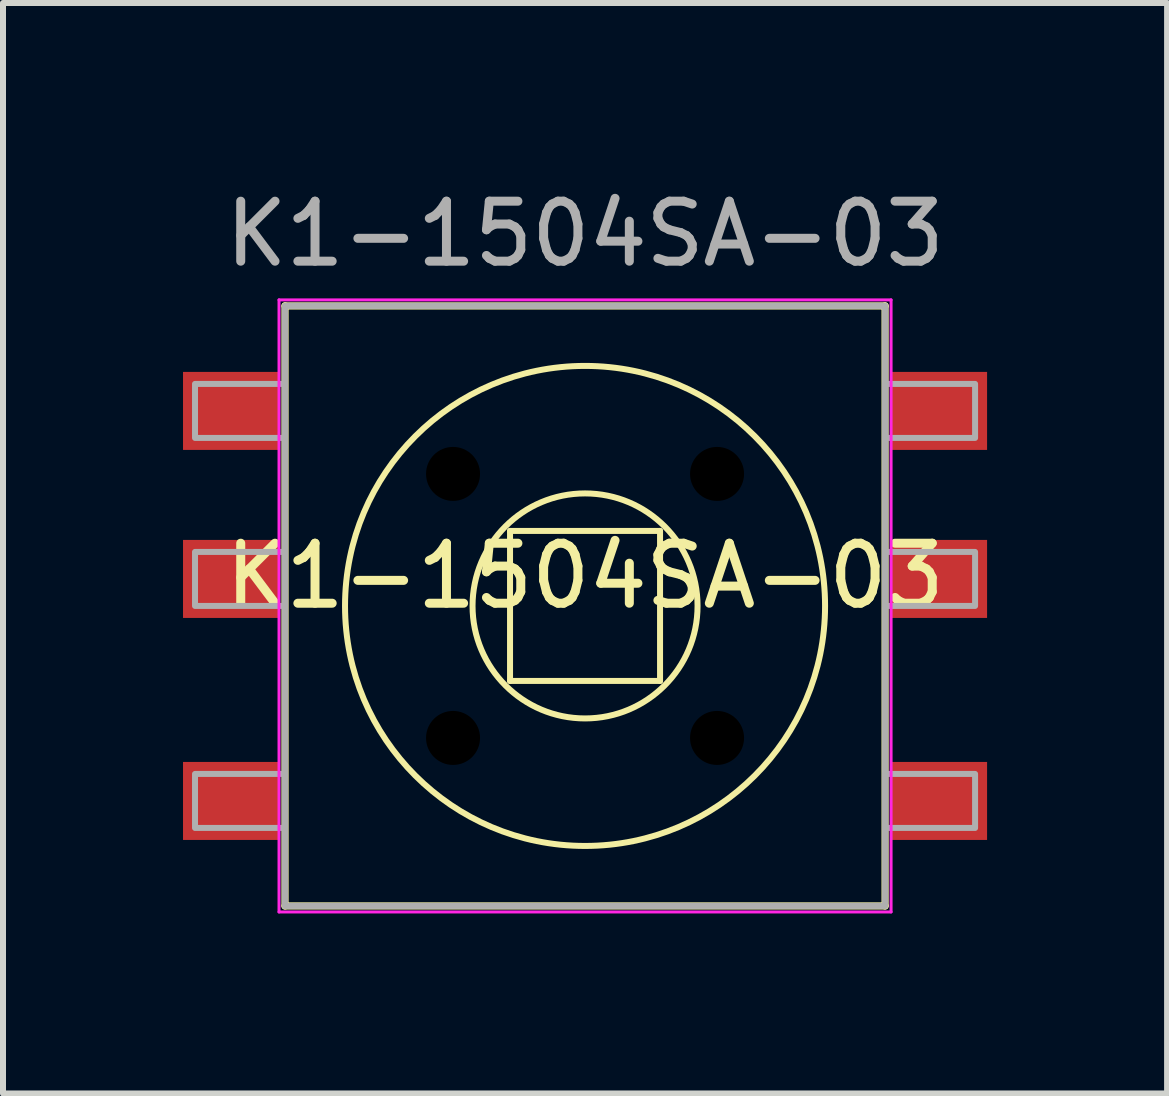
<source format=kicad_pcb>
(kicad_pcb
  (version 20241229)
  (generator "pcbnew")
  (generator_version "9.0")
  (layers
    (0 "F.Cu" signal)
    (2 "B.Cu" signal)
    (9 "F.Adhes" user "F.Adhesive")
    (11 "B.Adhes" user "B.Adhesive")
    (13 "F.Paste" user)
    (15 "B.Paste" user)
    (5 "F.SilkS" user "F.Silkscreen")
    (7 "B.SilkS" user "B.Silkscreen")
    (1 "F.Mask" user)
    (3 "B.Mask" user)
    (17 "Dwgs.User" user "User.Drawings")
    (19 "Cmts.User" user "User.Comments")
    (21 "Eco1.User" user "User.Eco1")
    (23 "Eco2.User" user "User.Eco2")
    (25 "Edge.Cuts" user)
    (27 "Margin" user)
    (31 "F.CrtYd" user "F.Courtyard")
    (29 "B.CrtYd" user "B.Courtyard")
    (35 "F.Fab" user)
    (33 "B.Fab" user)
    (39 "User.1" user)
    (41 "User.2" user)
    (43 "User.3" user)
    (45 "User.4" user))
  (footprint "K1-1504SA-03"
    (layer "F.Cu")
    (at 6.7 7.048)
    (property "Reference" "K1-1504SA-03" (at 0 -0.5 0) (unlocked yes) (layer "F.SilkS") (effects (font (size 1 1) (thickness 0.15))))
    (attr smd)
    (fp_line (start -5 -5) (end 5 -5) (stroke (width 0.12) (type default)) (layer "F.SilkS"))
    (fp_line (start -5 5) (end -5 -5) (stroke (width 0.12) (type default)) (layer "F.SilkS"))
    (fp_line (start -1.25 -1.25) (end 1.25 -1.25) (stroke (width 0.1) (type solid)) (layer "F.SilkS"))
    (fp_line (start -1.25 1.25) (end -1.25 -1.25) (stroke (width 0.1) (type solid)) (layer "F.SilkS"))
    (fp_line (start 1.25 -1.25) (end 1.25 1.25) (stroke (width 0.1) (type solid)) (layer "F.SilkS"))
    (fp_line (start 1.25 1.25) (end -1.25 1.25) (stroke (width 0.1) (type solid)) (layer "F.SilkS"))
    (fp_line (start 5 -5) (end 5 5) (stroke (width 0.12) (type default)) (layer "F.SilkS"))
    (fp_line (start 5 5) (end -5 5) (stroke (width 0.12) (type default)) (layer "F.SilkS"))
    (fp_circle (center 0 0) (end 1.875 0) (stroke (width 0.1) (type solid)) (fill no) (layer "F.SilkS"))
    (fp_circle (center 0 0) (end 4 0) (stroke (width 0.1) (type solid)) (fill no) (layer "F.SilkS"))
    (fp_line (start -5.1 -5.1) (end 5.1 -5.1) (stroke (width 0.05) (type default)) (layer "F.CrtYd"))
    (fp_line (start -5.1 5.1) (end -5.1 -5.1) (stroke (width 0.05) (type default)) (layer "F.CrtYd"))
    (fp_line (start 5.1 -5.1) (end 5.1 5.1) (stroke (width 0.05) (type default)) (layer "F.CrtYd"))
    (fp_line (start 5.1 5.1) (end -5.1 5.1) (stroke (width 0.05) (type default)) (layer "F.CrtYd"))
    (fp_line (start -5 -5) (end -5 5) (stroke (width 0.1) (type default)) (layer "F.Fab"))
    (fp_line (start -5 -5) (end 5 -5) (stroke (width 0.1) (type default)) (layer "F.Fab"))
    (fp_line (start -5 5) (end 5 5) (stroke (width 0.1) (type default)) (layer "F.Fab"))
    (fp_line (start 5 -5) (end 5 5) (stroke (width 0.1) (type default)) (layer "F.Fab"))
    (fp_rect (start -6.5 -2.8) (end -5 -3.7) (stroke (width 0.1) (type solid)) (fill no) (layer "F.Fab"))
    (fp_rect (start -6.5 0) (end -5 -0.9) (stroke (width 0.1) (type solid)) (fill no) (layer "F.Fab"))
    (fp_rect (start -6.5 3.7) (end -5 2.8) (stroke (width 0.1) (type solid)) (fill no) (layer "F.Fab"))
    (fp_rect (start 5 -2.8) (end 6.5 -3.7) (stroke (width 0.1) (type solid)) (fill no) (layer "F.Fab"))
    (fp_rect (start 5 0) (end 6.5 -0.9) (stroke (width 0.1) (type solid)) (fill no) (layer "F.Fab"))
    (fp_rect (start 5 3.7) (end 6.5 2.8) (stroke (width 0.1) (type solid)) (fill no) (layer "F.Fab"))
    (fp_text user "${REFERENCE}" (at 0 -6.2 0) (unlocked yes) (layer "F.Fab") (effects (font (size 1 1) (thickness 0.15))))
    (pad "" np_thru_hole circle (at -2.2 -2.2) (size 0.9 0.9) (drill 0.9) (layers "*.Mask"))
    (pad "" np_thru_hole circle (at -2.2 2.2) (size 0.9 0.9) (drill 0.9) (layers "*.Mask"))
    (pad "" np_thru_hole circle (at 2.2 -2.2) (size 0.9 0.9) (drill 0.9) (layers "*.Mask"))
    (pad "" np_thru_hole circle (at 2.2 2.2) (size 0.9 0.9) (drill 0.9) (layers "*.Mask"))
    (pad "1" smd rect (at -5.9 -3.25) (size 1.6 1.3) (layers "F.Cu" "F.Mask" "F.Paste"))
    (pad "2" smd rect (at -5.9 -0.45) (size 1.6 1.3) (layers "F.Cu" "F.Mask" "F.Paste"))
    (pad "3" smd rect (at -5.9 3.25) (size 1.6 1.3) (layers "F.Cu" "F.Mask" "F.Paste"))
    (pad "4" smd rect (at 5.9 -3.25) (size 1.6 1.3) (layers "F.Cu" "F.Mask" "F.Paste"))
    (pad "5" smd rect (at 5.9 -0.45) (size 1.6 1.3) (layers "F.Cu" "F.Mask" "F.Paste"))
    (pad "6" smd rect (at 5.9 3.25) (size 1.6 1.3) (layers "F.Cu" "F.Mask" "F.Paste")))
  (gr_rect
    (start -3 -3)
    (end 16.4 15.173)
    (stroke (width 0.1) (type default))
    (fill no)
    (layer "Edge.Cuts")))
</source>
